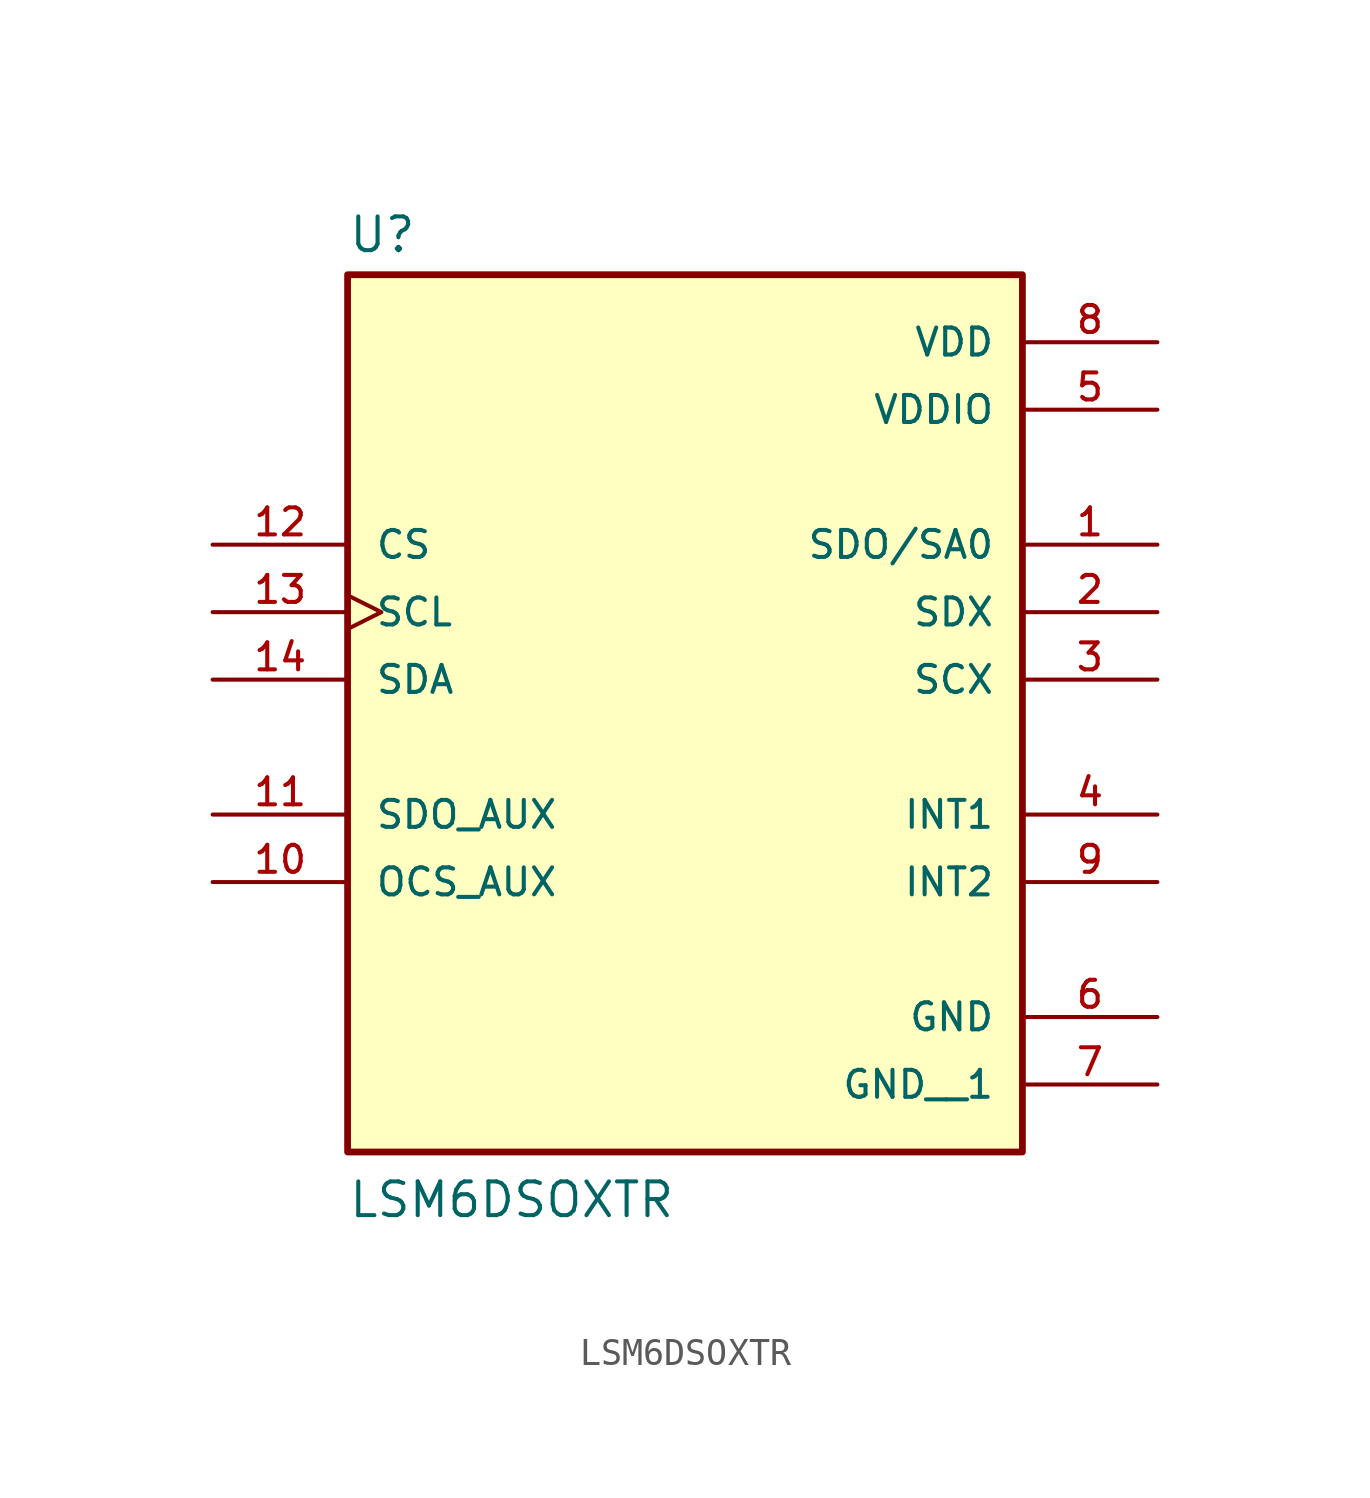
<source format=kicad_sym>
(kicad_symbol_lib
  (version 20241209)
  (generator "kicad_symbol_editor")
  (generator_version "9.0")
  (symbol "LSM6DSOXTR"
    (pin_names
      (offset 1.016))
    (property "Reference" "U"
      (at -12.7 16.002 0)
      (effects (font (size 1.27 1.27)) (justify left bottom)))
    (property "Value" "LSM6DSOXTR"
      (at -12.7 -20.32 0)
      (effects (font (size 1.27 1.27)) (justify left bottom)))
    (symbol "LSM6DSOXTR_0_0"
      (rectangle (start -12.7 -17.78) (end 12.7 15.24) (stroke (width 0.254) (type default)) (fill (type background)))
      (pin input line (at -17.78 5.08 0) (length 5.08) (name "CS" (effects (font (size 1.016 1.016)))) (number "12" (effects (font (size 1.016 1.016)))))
      (pin input clock (at -17.78 2.54 0) (length 5.08) (name "SCL" (effects (font (size 1.016 1.016)))) (number "13" (effects (font (size 1.016 1.016)))))
      (pin bidirectional line (at -17.78 0 0) (length 5.08) (name "SDA" (effects (font (size 1.016 1.016)))) (number "14" (effects (font (size 1.016 1.016)))))
      (pin bidirectional line (at -17.78 -5.08 0) (length 5.08) (name "SDO_AUX" (effects (font (size 1.016 1.016)))) (number "11" (effects (font (size 1.016 1.016)))))
      (pin bidirectional line (at -17.78 -7.62 0) (length 5.08) (name "OCS_AUX" (effects (font (size 1.016 1.016)))) (number "10" (effects (font (size 1.016 1.016)))))
      (pin power_in line (at 17.78 12.7 180) (length 5.08) (name "VDD" (effects (font (size 1.016 1.016)))) (number "8" (effects (font (size 1.016 1.016)))))
      (pin power_in line (at 17.78 10.16 180) (length 5.08) (name "VDDIO" (effects (font (size 1.016 1.016)))) (number "5" (effects (font (size 1.016 1.016)))))
      (pin bidirectional line (at 17.78 5.08 180) (length 5.08) (name "SDO/SA0" (effects (font (size 1.016 1.016)))) (number "1" (effects (font (size 1.016 1.016)))))
      (pin bidirectional line (at 17.78 2.54 180) (length 5.08) (name "SDX" (effects (font (size 1.016 1.016)))) (number "2" (effects (font (size 1.016 1.016)))))
      (pin bidirectional line (at 17.78 0 180) (length 5.08) (name "SCX" (effects (font (size 1.016 1.016)))) (number "3" (effects (font (size 1.016 1.016)))))
      (pin output line (at 17.78 -5.08 180) (length 5.08) (name "INT1" (effects (font (size 1.016 1.016)))) (number "4" (effects (font (size 1.016 1.016)))))
      (pin output line (at 17.78 -7.62 180) (length 5.08) (name "INT2" (effects (font (size 1.016 1.016)))) (number "9" (effects (font (size 1.016 1.016)))))
      (pin power_in line (at 17.78 -12.7 180) (length 5.08) (name "GND" (effects (font (size 1.016 1.016)))) (number "6" (effects (font (size 1.016 1.016)))))
      (pin power_in line (at 17.78 -15.24 180) (length 5.08) (name "GND__1" (effects (font (size 1.016 1.016)))) (number "7" (effects (font (size 1.016 1.016))))))))
</source>
